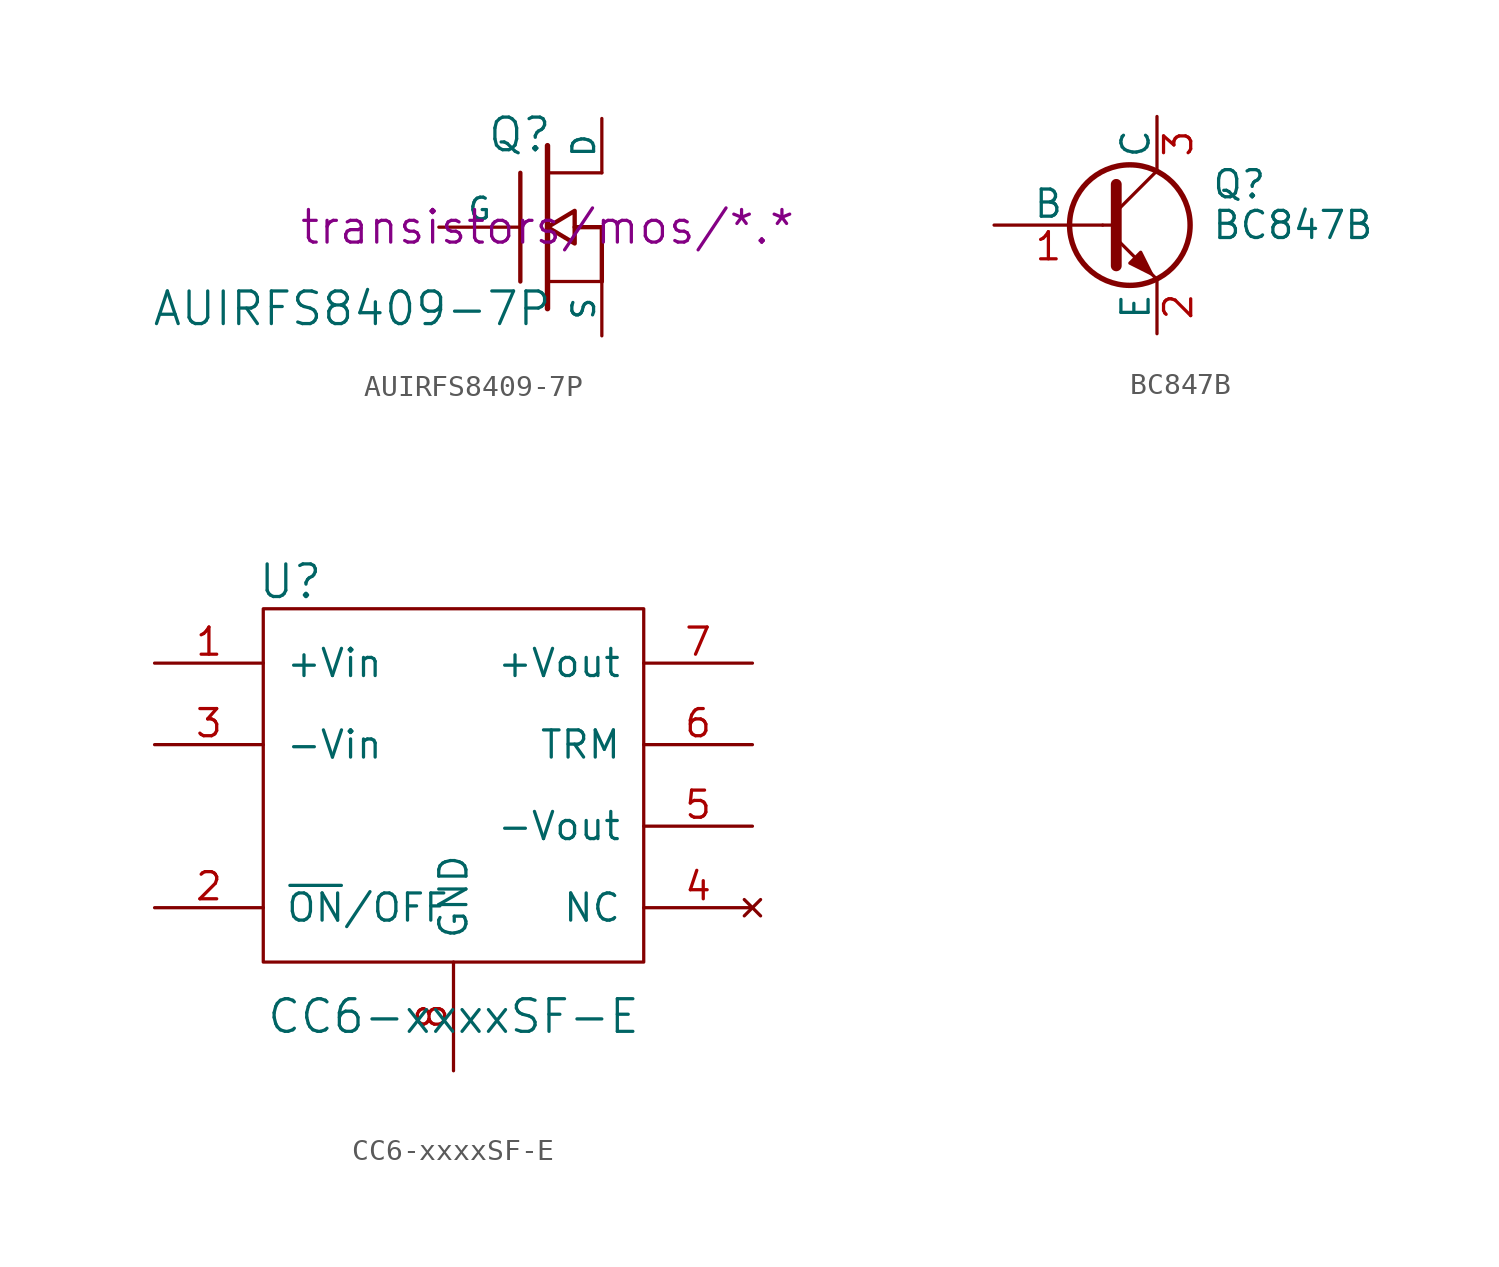
<source format=kicad_sym>
(kicad_symbol_lib
  (version 20211014)
  (generator kicad_symbol_editor)
  (symbol "AUIRFS8409-7P"
    (pin_numbers hide)
    (pin_names
      (offset 0))
    (property "Reference" "Q"
      (at 0.254 4.318 0)
      (effects (font (size 1.524 1.524)) (justify right)))
    (property "Value" "AUIRFS8409-7P"
      (at 0.254 -3.81 0)
      (effects (font (size 1.524 1.524)) (justify right)))
    (property "Footprint" ""
      (at 0 0 0)
      (effects (font (size 1.524 1.524))))
    (property "Datasheet" "transistors/mos/*.*"
      (at 0 0 0)
      (effects (font (size 1.524 1.524))))
    (symbol "AUIRFS8409-7P_0_1"
      (polyline (pts (xy -1.27 -2.54) (xy -1.27 2.54)) (stroke (width 0.203) (type default) (color 0 0 0 0)) (fill (type none)))
      (polyline (pts (xy 0 -3.81) (xy 0 3.81)) (stroke (width 0.254) (type default) (color 0 0 0 0)) (fill (type none)))
      (polyline (pts (xy 2.54 -2.54) (xy 0 -2.54)) (stroke (width 0) (type default) (color 0 0 0 0)) (fill (type none)))
      (polyline (pts (xy 2.54 2.54) (xy 0 2.54)) (stroke (width 0) (type default) (color 0 0 0 0)) (fill (type none)))
      (polyline (pts (xy 2.54 -2.54) (xy 2.54 0) (xy 1.27 0)) (stroke (width 0.203) (type default) (color 0 0 0 0)) (fill (type none)))
      (polyline (pts (xy 1.27 0.762) (xy 1.27 -0.762) (xy 0 0) (xy 1.27 0.762) (xy 1.27 0.762)) (stroke (width 0.203) (type default) (color 0 0 0 0)) (fill (type none))))
    (symbol "AUIRFS8409-7P_1_1"
      (pin passive line (at 2.54 5.08 270) (length 2.54) (name "D" (effects (font (size 1.016 1.016)))) (number "D" (effects (font (size 1.016 1.016)))))
      (pin input line (at -5.08 0 0) (length 3.81) (name "G" (effects (font (size 1.016 1.016)))) (number "G" (effects (font (size 1.016 1.016)))))
      (pin passive line (at 2.54 -5.08 90) (length 2.54) (name "S" (effects (font (size 1.016 1.016)))) (number "S" (effects (font (size 1.016 1.016)))))))
  (symbol "BC847B"
    (pin_names
      (offset 0))
    (property "Reference" "Q"
      (at 5.08 1.905 0)
      (effects (font (size 1.27 1.27)) (justify left)))
    (property "Value" "BC847B"
      (at 5.08 0 0)
      (effects (font (size 1.27 1.27)) (justify left)))
    (symbol "BC847B_0_1"
      (polyline (pts (xy 0 0) (xy 0.635 0)) (stroke (width 0) (type default) (color 0 0 0 0)) (fill (type none)))
      (polyline (pts (xy 2.54 2.54) (xy 0.635 0.635)) (stroke (width 0) (type default) (color 0 0 0 0)) (fill (type none)))
      (polyline (pts (xy 0.635 -0.635) (xy 2.54 -2.54) (xy 2.54 -2.54)) (stroke (width 0) (type default) (color 0 0 0 0)) (fill (type none)))
      (polyline (pts (xy 0.635 1.905) (xy 0.635 -1.905) (xy 0.635 -1.905)) (stroke (width 0.508) (type default) (color 0 0 0 0)) (fill (type none)))
      (polyline (pts (xy 1.27 -1.778) (xy 1.778 -1.27) (xy 2.286 -2.286) (xy 1.27 -1.778) (xy 1.27 -1.778)) (stroke (width 0) (type default) (color 0 0 0 0)) (fill (type outline)))
      (circle (center 1.27 0) (radius 2.819) (stroke (width 0.254) (type default) (color 0 0 0 0)) (fill (type none))))
    (symbol "BC847B_1_1"
      (pin input line (at -5.08 0 0) (length 5.08) (name "B" (effects (font (size 1.27 1.27)))) (number "1" (effects (font (size 1.27 1.27)))))
      (pin passive line (at 2.54 -5.08 90) (length 2.54) (name "E" (effects (font (size 1.27 1.27)))) (number "2" (effects (font (size 1.27 1.27)))))
      (pin passive line (at 2.54 5.08 270) (length 2.54) (name "C" (effects (font (size 1.27 1.27)))) (number "3" (effects (font (size 1.27 1.27)))))))
  (symbol "CC6-xxxxSF-E"
    (pin_names
      (offset 1.016))
    (property "Reference" "U"
      (at -7.62 10.16 0)
      (effects (font (size 1.524 1.524))))
    (property "Value" "CC6-xxxxSF-E"
      (at 0 -10.16 0)
      (effects (font (size 1.524 1.524))))
    (property "Footprint" ""
      (at -8.89 1.27 0)
      (effects (font (size 1.524 1.524))))
    (property "Datasheet" ""
      (at -8.89 1.27 0)
      (effects (font (size 1.524 1.524))))
    (symbol "CC6-xxxxSF-E_0_1"
      (rectangle (start -8.89 8.89) (end 8.89 -7.62) (stroke (width 0) (type default) (color 0 0 0 0)) (fill (type none))))
    (symbol "CC6-xxxxSF-E_1_1"
      (pin power_in line (at -13.97 6.35 0) (length 5.08) (name "+Vin" (effects (font (size 1.27 1.27)))) (number "1" (effects (font (size 1.27 1.27)))))
      (pin input line (at -13.97 -5.08 0) (length 5.08) (name "~{ON}/OFF" (effects (font (size 1.27 1.27)))) (number "2" (effects (font (size 1.27 1.27)))))
      (pin power_in line (at -13.97 2.54 0) (length 5.08) (name "-Vin" (effects (font (size 1.27 1.27)))) (number "3" (effects (font (size 1.27 1.27)))))
      (pin no_connect line (at 13.97 -5.08 180) (length 5.08) (name "NC" (effects (font (size 1.27 1.27)))) (number "4" (effects (font (size 1.27 1.27)))))
      (pin power_out line (at 13.97 -1.27 180) (length 5.08) (name "-Vout" (effects (font (size 1.27 1.27)))) (number "5" (effects (font (size 1.27 1.27)))))
      (pin input line (at 13.97 2.54 180) (length 5.08) (name "TRM" (effects (font (size 1.27 1.27)))) (number "6" (effects (font (size 1.27 1.27)))))
      (pin power_out line (at 13.97 6.35 180) (length 5.08) (name "+Vout" (effects (font (size 1.27 1.27)))) (number "7" (effects (font (size 1.27 1.27)))))
      (pin passive line (at 0 -12.7 90) (length 5.08) (name "GND" (effects (font (size 1.27 1.27)))) (number "8" (effects (font (size 1.27 1.27))))))))
</source>
